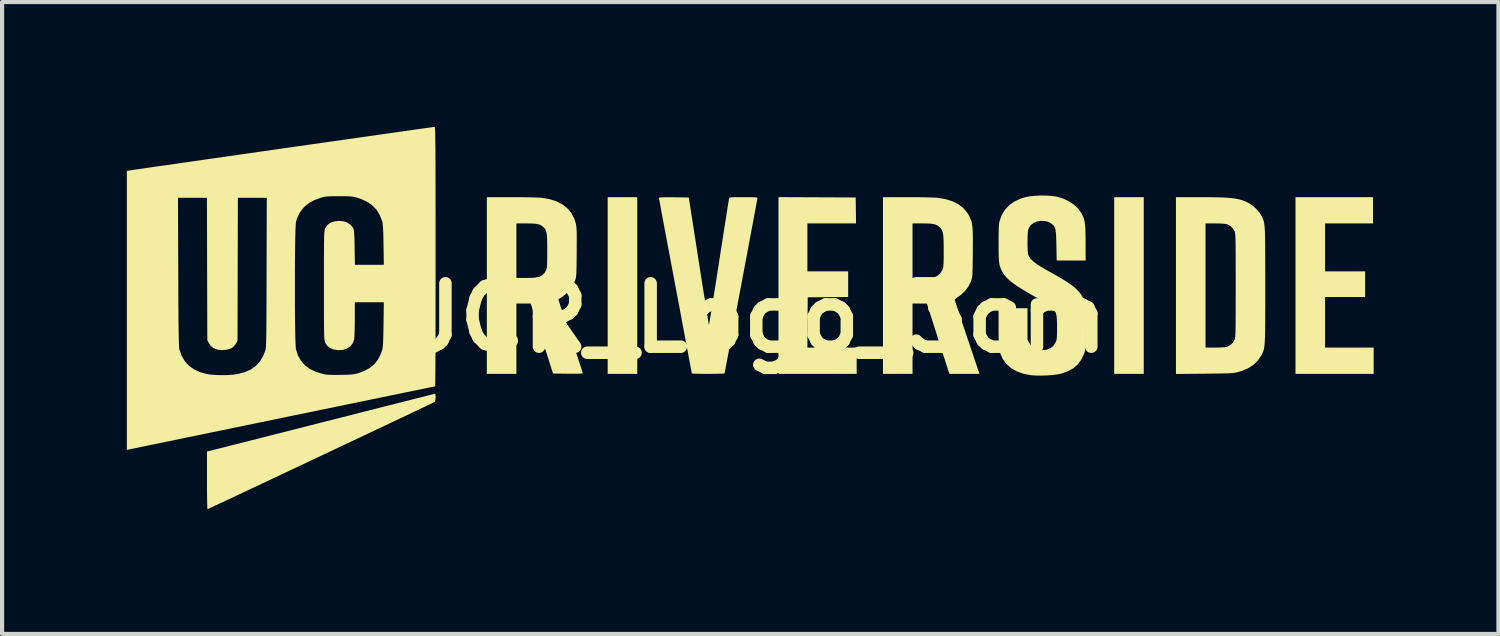
<source format=kicad_pcb>
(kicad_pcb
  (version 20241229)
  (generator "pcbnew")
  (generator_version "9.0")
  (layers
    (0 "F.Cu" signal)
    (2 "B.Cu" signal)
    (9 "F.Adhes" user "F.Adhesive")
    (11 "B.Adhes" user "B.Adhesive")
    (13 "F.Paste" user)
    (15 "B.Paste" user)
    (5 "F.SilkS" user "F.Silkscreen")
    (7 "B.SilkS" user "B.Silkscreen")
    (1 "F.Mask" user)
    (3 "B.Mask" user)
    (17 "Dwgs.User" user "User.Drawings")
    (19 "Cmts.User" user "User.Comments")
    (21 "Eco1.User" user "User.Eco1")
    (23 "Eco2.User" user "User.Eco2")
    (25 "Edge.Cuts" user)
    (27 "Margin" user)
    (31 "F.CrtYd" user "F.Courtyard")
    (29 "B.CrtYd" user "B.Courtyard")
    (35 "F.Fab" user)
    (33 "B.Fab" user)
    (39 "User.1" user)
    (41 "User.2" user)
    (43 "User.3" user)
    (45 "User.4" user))
  (footprint "UCR_Logo_3cm"
    (layer "F.Cu")
    (at 14.99 4.597)
    (property "Reference" "UCR_Logo_3cm" (at 0 0 0) (layer "F.SilkS") (effects (font (size 1.524 1.524) (thickness 0.3))))
    (attr board_only exclude_from_pos_files exclude_from_bom)
    (fp_poly (pts (xy -2.717 1.343) (xy -3.428 1.343) (xy -3.428 -2.906) (xy -2.717 -2.906)) (stroke (width 0) (type solid)) (fill yes) (layer "F.SilkS"))
    (fp_poly (pts (xy 9.462 1.343) (xy 8.751 1.343) (xy 8.751 -2.906) (xy 9.462 -2.906)) (stroke (width 0) (type solid)) (fill yes) (layer "F.SilkS"))
    (fp_poly (pts (xy 14.975 -2.275) (xy 13.822 -2.275) (xy 13.822 -1.122) (xy 14.785 -1.122) (xy 14.785 -0.505) (xy 13.822 -0.505) (xy 13.822 0.711) (xy 14.99 0.711) (xy 14.99 1.343) (xy 13.111 1.343) (xy 13.111 -2.906) (xy 14.975 -2.906)) (stroke (width 0) (type solid)) (fill yes) (layer "F.SilkS"))
    (fp_poly (pts (xy 1.607 -2.903) (xy 2.535 -2.899) (xy 2.54 -2.587) (xy 2.544 -2.275) (xy 1.374 -2.275) (xy 1.374 -1.122) (xy 2.354 -1.122) (xy 2.354 -0.506) (xy 1.868 -0.502) (xy 1.382 -0.498) (xy 1.378 0.107) (xy 1.374 0.711) (xy 2.559 0.711) (xy 2.559 1.343) (xy 0.679 1.343) (xy 0.679 -2.907)) (stroke (width 0) (type solid)) (fill yes) (layer "F.SilkS"))
    (fp_poly (pts (xy -7.57 1.835) (xy -7.567 1.869) (xy -7.566 1.909) (xy -7.57 1.97) (xy -7.579 2.008) (xy -7.586 2.017) (xy -7.603 2.025) (xy -7.647 2.047) (xy -7.716 2.08) (xy -7.808 2.124) (xy -7.922 2.178) (xy -8.056 2.241) (xy -8.208 2.314) (xy -8.377 2.394) (xy -8.561 2.481) (xy -8.758 2.574) (xy -8.966 2.672) (xy -9.185 2.776) (xy -9.411 2.883) (xy -9.644 2.993) (xy -9.882 3.105) (xy -10.122 3.218) (xy -10.364 3.333) (xy -10.606 3.447) (xy -10.846 3.56) (xy -11.082 3.671) (xy -11.312 3.78) (xy -11.536 3.885) (xy -11.751 3.987) (xy -11.955 4.083) (xy -12.147 4.173) (xy -12.325 4.257) (xy -12.488 4.334) (xy -12.634 4.402) (xy -12.76 4.461) (xy -12.866 4.511) (xy -12.95 4.55) (xy -13.009 4.578) (xy -13.043 4.593) (xy -13.051 4.597) (xy -13.054 4.581) (xy -13.056 4.538) (xy -13.058 4.469) (xy -13.06 4.378) (xy -13.061 4.268) (xy -13.063 4.143) (xy -13.063 4.005) (xy -13.063 3.904) (xy -13.063 3.21) (xy -12.957 3.184) (xy -12.917 3.174) (xy -12.85 3.157) (xy -12.758 3.134) (xy -12.643 3.105) (xy -12.506 3.07) (xy -12.349 3.03) (xy -12.174 2.986) (xy -11.984 2.938) (xy -11.779 2.886) (xy -11.563 2.831) (xy -11.336 2.773) (xy -11.101 2.714) (xy -10.86 2.653) (xy -10.614 2.59) (xy -10.366 2.527) (xy -10.117 2.464) (xy -9.87 2.401) (xy -9.625 2.339) (xy -9.386 2.278) (xy -9.153 2.219) (xy -8.929 2.162) (xy -8.717 2.108) (xy -8.516 2.058) (xy -8.331 2.01) (xy -8.161 1.967) (xy -8.011 1.929) (xy -7.88 1.896) (xy -7.771 1.868) (xy -7.687 1.847) (xy -7.629 1.832) (xy -7.598 1.824) (xy -7.594 1.823) (xy -7.579 1.822)) (stroke (width 0) (type solid)) (fill yes) (layer "F.SilkS"))
    (fp_poly (pts (xy 3.779 -2.906) (xy 3.919 -2.906) (xy 4.056 -2.905) (xy 4.183 -2.903) (xy 4.297 -2.9) (xy 4.394 -2.897) (xy 4.467 -2.894) (xy 4.51 -2.89) (xy 4.7 -2.858) (xy 4.866 -2.805) (xy 5.009 -2.733) (xy 5.127 -2.64) (xy 5.221 -2.528) (xy 5.256 -2.469) (xy 5.281 -2.421) (xy 5.301 -2.376) (xy 5.317 -2.33) (xy 5.33 -2.279) (xy 5.339 -2.219) (xy 5.346 -2.148) (xy 5.35 -2.062) (xy 5.352 -1.956) (xy 5.353 -1.828) (xy 5.352 -1.675) (xy 5.351 -1.573) (xy 5.35 -1.421) (xy 5.348 -1.297) (xy 5.347 -1.198) (xy 5.344 -1.12) (xy 5.342 -1.059) (xy 5.338 -1.012) (xy 5.333 -0.975) (xy 5.327 -0.945) (xy 5.32 -0.919) (xy 5.311 -0.892) (xy 5.309 -0.887) (xy 5.248 -0.763) (xy 5.163 -0.649) (xy 5.061 -0.553) (xy 5.023 -0.525) (xy 4.974 -0.492) (xy 4.936 -0.463) (xy 4.917 -0.446) (xy 4.916 -0.445) (xy 4.92 -0.428) (xy 4.934 -0.384) (xy 4.956 -0.315) (xy 4.985 -0.224) (xy 5.021 -0.114) (xy 5.063 0.012) (xy 5.11 0.153) (xy 5.161 0.305) (xy 5.212 0.455) (xy 5.512 1.343) (xy 4.789 1.343) (xy 4.733 1.173) (xy 4.715 1.118) (xy 4.689 1.038) (xy 4.657 0.937) (xy 4.62 0.82) (xy 4.579 0.692) (xy 4.535 0.557) (xy 4.494 0.426) (xy 4.452 0.293) (xy 4.411 0.165) (xy 4.373 0.047) (xy 4.34 -0.057) (xy 4.312 -0.144) (xy 4.292 -0.209) (xy 4.279 -0.248) (xy 4.279 -0.249) (xy 4.247 -0.348) (xy 3.902 -0.348) (xy 3.902 1.343) (xy 3.191 1.343) (xy 3.191 -2.275) (xy 3.902 -2.275) (xy 3.902 -0.964) (xy 4.135 -0.964) (xy 4.223 -0.965) (xy 4.304 -0.968) (xy 4.372 -0.973) (xy 4.418 -0.978) (xy 4.427 -0.98) (xy 4.504 -1.017) (xy 4.571 -1.078) (xy 4.619 -1.155) (xy 4.623 -1.166) (xy 4.633 -1.193) (xy 4.64 -1.225) (xy 4.645 -1.265) (xy 4.648 -1.318) (xy 4.65 -1.389) (xy 4.652 -1.482) (xy 4.652 -1.601) (xy 4.652 -1.619) (xy 4.651 -1.757) (xy 4.649 -1.868) (xy 4.644 -1.956) (xy 4.636 -2.024) (xy 4.623 -2.076) (xy 4.606 -2.118) (xy 4.583 -2.152) (xy 4.553 -2.183) (xy 4.541 -2.194) (xy 4.503 -2.223) (xy 4.462 -2.244) (xy 4.411 -2.259) (xy 4.347 -2.268) (xy 4.262 -2.273) (xy 4.151 -2.275) (xy 4.135 -2.275) (xy 3.902 -2.275) (xy 3.191 -2.275) (xy 3.191 -2.906)) (stroke (width 0) (type solid)) (fill yes) (layer "F.SilkS"))
    (fp_poly (pts (xy -5.746 -2.906) (xy -5.606 -2.906) (xy -5.469 -2.905) (xy -5.342 -2.903) (xy -5.228 -2.9) (xy -5.131 -2.897) (xy -5.058 -2.894) (xy -5.015 -2.89) (xy -4.825 -2.858) (xy -4.658 -2.805) (xy -4.515 -2.731) (xy -4.397 -2.638) (xy -4.302 -2.525) (xy -4.232 -2.392) (xy -4.193 -2.266) (xy -4.186 -2.233) (xy -4.181 -2.194) (xy -4.177 -2.147) (xy -4.174 -2.087) (xy -4.172 -2.012) (xy -4.172 -1.918) (xy -4.172 -1.8) (xy -4.173 -1.657) (xy -4.173 -1.573) (xy -4.175 -1.421) (xy -4.176 -1.297) (xy -4.178 -1.198) (xy -4.18 -1.12) (xy -4.183 -1.06) (xy -4.186 -1.014) (xy -4.191 -0.978) (xy -4.197 -0.95) (xy -4.204 -0.925) (xy -4.213 -0.9) (xy -4.216 -0.892) (xy -4.283 -0.755) (xy -4.366 -0.641) (xy -4.471 -0.546) (xy -4.553 -0.491) (xy -4.589 -0.467) (xy -4.61 -0.447) (xy -4.612 -0.442) (xy -4.608 -0.425) (xy -4.593 -0.381) (xy -4.571 -0.312) (xy -4.541 -0.222) (xy -4.504 -0.112) (xy -4.462 0.015) (xy -4.415 0.155) (xy -4.364 0.306) (xy -4.32 0.437) (xy -4.267 0.595) (xy -4.217 0.745) (xy -4.17 0.884) (xy -4.129 1.008) (xy -4.094 1.116) (xy -4.065 1.204) (xy -4.044 1.269) (xy -4.031 1.31) (xy -4.028 1.323) (xy -4.034 1.33) (xy -4.054 1.335) (xy -4.092 1.338) (xy -4.15 1.34) (xy -4.233 1.34) (xy -4.342 1.339) (xy -4.385 1.339) (xy -4.742 1.335) (xy -4.954 0.671) (xy -5.001 0.525) (xy -5.047 0.381) (xy -5.09 0.245) (xy -5.13 0.119) (xy -5.165 0.009) (xy -5.194 -0.081) (xy -5.215 -0.147) (xy -5.222 -0.17) (xy -5.278 -0.348) (xy -5.623 -0.348) (xy -5.623 1.343) (xy -6.334 1.343) (xy -6.334 -2.275) (xy -5.623 -2.275) (xy -5.623 -0.964) (xy -5.39 -0.964) (xy -5.302 -0.965) (xy -5.221 -0.968) (xy -5.154 -0.972) (xy -5.108 -0.978) (xy -5.099 -0.98) (xy -5.019 -1.017) (xy -4.952 -1.078) (xy -4.911 -1.145) (xy -4.902 -1.167) (xy -4.895 -1.194) (xy -4.89 -1.228) (xy -4.886 -1.274) (xy -4.884 -1.337) (xy -4.882 -1.42) (xy -4.882 -1.528) (xy -4.882 -1.619) (xy -4.882 -1.758) (xy -4.884 -1.869) (xy -4.887 -1.956) (xy -4.894 -2.023) (xy -4.904 -2.075) (xy -4.918 -2.115) (xy -4.937 -2.147) (xy -4.961 -2.174) (xy -4.99 -2.2) (xy -5.027 -2.227) (xy -5.069 -2.247) (xy -5.12 -2.26) (xy -5.187 -2.269) (xy -5.274 -2.273) (xy -5.388 -2.275) (xy -5.39 -2.275) (xy -5.623 -2.275) (xy -6.334 -2.275) (xy -6.334 -2.906)) (stroke (width 0) (type solid)) (fill yes) (layer "F.SilkS"))
    (fp_poly (pts (xy 10.816 -2.906) (xy 11.018 -2.906) (xy 11.191 -2.903) (xy 11.34 -2.899) (xy 11.466 -2.893) (xy 11.574 -2.883) (xy 11.667 -2.871) (xy 11.748 -2.855) (xy 11.821 -2.835) (xy 11.888 -2.811) (xy 11.953 -2.782) (xy 11.98 -2.769) (xy 12.063 -2.716) (xy 12.148 -2.642) (xy 12.224 -2.559) (xy 12.282 -2.475) (xy 12.287 -2.466) (xy 12.303 -2.436) (xy 12.317 -2.408) (xy 12.33 -2.38) (xy 12.341 -2.35) (xy 12.35 -2.316) (xy 12.358 -2.276) (xy 12.364 -2.227) (xy 12.369 -2.169) (xy 12.374 -2.098) (xy 12.377 -2.012) (xy 12.38 -1.91) (xy 12.381 -1.79) (xy 12.382 -1.648) (xy 12.383 -1.484) (xy 12.383 -1.295) (xy 12.384 -1.079) (xy 12.384 -0.834) (xy 12.384 -0.782) (xy 12.384 -0.531) (xy 12.384 -0.309) (xy 12.383 -0.115) (xy 12.383 0.054) (xy 12.382 0.2) (xy 12.38 0.324) (xy 12.378 0.43) (xy 12.374 0.519) (xy 12.37 0.592) (xy 12.365 0.653) (xy 12.359 0.704) (xy 12.351 0.745) (xy 12.342 0.78) (xy 12.332 0.811) (xy 12.319 0.84) (xy 12.305 0.868) (xy 12.289 0.898) (xy 12.285 0.906) (xy 12.203 1.026) (xy 12.096 1.128) (xy 11.964 1.212) (xy 11.808 1.276) (xy 11.735 1.297) (xy 11.701 1.306) (xy 11.667 1.313) (xy 11.631 1.319) (xy 11.588 1.323) (xy 11.536 1.327) (xy 11.47 1.33) (xy 11.388 1.332) (xy 11.287 1.334) (xy 11.162 1.336) (xy 11.011 1.338) (xy 10.919 1.339) (xy 10.236 1.345) (xy 10.236 -2.275) (xy 10.947 -2.275) (xy 10.947 0.711) (xy 11.172 0.711) (xy 11.258 0.71) (xy 11.339 0.706) (xy 11.405 0.702) (xy 11.449 0.696) (xy 11.456 0.694) (xy 11.535 0.657) (xy 11.602 0.596) (xy 11.644 0.53) (xy 11.649 0.517) (xy 11.653 0.501) (xy 11.657 0.481) (xy 11.661 0.454) (xy 11.664 0.417) (xy 11.666 0.37) (xy 11.668 0.309) (xy 11.669 0.233) (xy 11.671 0.139) (xy 11.671 0.025) (xy 11.672 -0.11) (xy 11.672 -0.27) (xy 11.672 -0.456) (xy 11.673 -0.671) (xy 11.673 -0.782) (xy 11.673 -1.01) (xy 11.672 -1.21) (xy 11.672 -1.381) (xy 11.672 -1.528) (xy 11.671 -1.652) (xy 11.67 -1.755) (xy 11.669 -1.839) (xy 11.667 -1.907) (xy 11.665 -1.96) (xy 11.662 -2.002) (xy 11.659 -2.033) (xy 11.655 -2.056) (xy 11.651 -2.074) (xy 11.646 -2.088) (xy 11.644 -2.094) (xy 11.594 -2.169) (xy 11.525 -2.227) (xy 11.456 -2.258) (xy 11.418 -2.264) (xy 11.357 -2.269) (xy 11.28 -2.273) (xy 11.194 -2.274) (xy 11.172 -2.275) (xy 10.947 -2.275) (xy 10.236 -2.275) (xy 10.236 -2.906)) (stroke (width 0) (type solid)) (fill yes) (layer "F.SilkS"))
    (fp_poly (pts (xy -0.045 -2.906) (xy 0.045 -2.904) (xy 0.109 -2.902) (xy 0.15 -2.898) (xy 0.17 -2.892) (xy 0.174 -2.887) (xy 0.171 -2.87) (xy 0.162 -2.823) (xy 0.149 -2.749) (xy 0.13 -2.649) (xy 0.107 -2.525) (xy 0.08 -2.38) (xy 0.049 -2.214) (xy 0.015 -2.03) (xy -0.023 -1.829) (xy -0.063 -1.614) (xy -0.106 -1.385) (xy -0.151 -1.146) (xy -0.198 -0.897) (xy -0.221 -0.774) (xy -0.269 -0.522) (xy -0.315 -0.278) (xy -0.359 -0.044) (xy -0.4 0.177) (xy -0.439 0.385) (xy -0.475 0.577) (xy -0.508 0.751) (xy -0.537 0.906) (xy -0.562 1.04) (xy -0.583 1.15) (xy -0.599 1.236) (xy -0.61 1.296) (xy -0.615 1.327) (xy -0.616 1.331) (xy -0.631 1.334) (xy -0.674 1.337) (xy -0.739 1.339) (xy -0.824 1.341) (xy -0.923 1.342) (xy -1.011 1.343) (xy -1.119 1.342) (xy -1.216 1.341) (xy -1.297 1.339) (xy -1.358 1.337) (xy -1.396 1.334) (xy -1.406 1.331) (xy -1.409 1.315) (xy -1.417 1.269) (xy -1.431 1.195) (xy -1.449 1.096) (xy -1.472 0.974) (xy -1.499 0.829) (xy -1.53 0.664) (xy -1.565 0.48) (xy -1.602 0.28) (xy -1.643 0.065) (xy -1.685 -0.163) (xy -1.73 -0.402) (xy -1.777 -0.65) (xy -1.801 -0.775) (xy -1.848 -1.027) (xy -1.894 -1.272) (xy -1.938 -1.506) (xy -1.98 -1.727) (xy -2.019 -1.936) (xy -2.055 -2.128) (xy -2.088 -2.303) (xy -2.117 -2.458) (xy -2.142 -2.593) (xy -2.162 -2.704) (xy -2.178 -2.791) (xy -2.189 -2.851) (xy -2.195 -2.883) (xy -2.196 -2.888) (xy -2.188 -2.894) (xy -2.162 -2.899) (xy -2.116 -2.902) (xy -2.047 -2.904) (xy -1.952 -2.904) (xy -1.837 -2.903) (xy -1.478 -2.899) (xy -1.24 -1.371) (xy -1.206 -1.155) (xy -1.174 -0.948) (xy -1.143 -0.753) (xy -1.114 -0.57) (xy -1.087 -0.403) (xy -1.063 -0.253) (xy -1.042 -0.123) (xy -1.025 -0.014) (xy -1.011 0.071) (xy -1.001 0.13) (xy -0.995 0.16) (xy -0.994 0.165) (xy -0.99 0.15) (xy -0.982 0.107) (xy -0.97 0.037) (xy -0.955 -0.058) (xy -0.935 -0.176) (xy -0.913 -0.315) (xy -0.888 -0.472) (xy -0.86 -0.645) (xy -0.83 -0.833) (xy -0.799 -1.033) (xy -0.766 -1.243) (xy -0.752 -1.332) (xy -0.719 -1.546) (xy -0.687 -1.753) (xy -0.656 -1.948) (xy -0.628 -2.131) (xy -0.601 -2.299) (xy -0.578 -2.449) (xy -0.557 -2.58) (xy -0.54 -2.69) (xy -0.526 -2.776) (xy -0.516 -2.835) (xy -0.511 -2.867) (xy -0.51 -2.871) (xy -0.507 -2.883) (xy -0.5 -2.891) (xy -0.486 -2.898) (xy -0.461 -2.902) (xy -0.42 -2.905) (xy -0.359 -2.906) (xy -0.276 -2.906) (xy -0.164 -2.906)) (stroke (width 0) (type solid)) (fill yes) (layer "F.SilkS"))
    (fp_poly (pts (xy 7.117 -2.944) (xy 7.244 -2.936) (xy 7.352 -2.922) (xy 7.377 -2.917) (xy 7.526 -2.872) (xy 7.664 -2.806) (xy 7.786 -2.724) (xy 7.887 -2.628) (xy 7.962 -2.522) (xy 7.965 -2.517) (xy 7.992 -2.464) (xy 8.014 -2.412) (xy 8.031 -2.358) (xy 8.043 -2.297) (xy 8.052 -2.224) (xy 8.058 -2.136) (xy 8.061 -2.027) (xy 8.063 -1.894) (xy 8.063 -1.809) (xy 8.064 -1.382) (xy 7.369 -1.382) (xy 7.361 -1.753) (xy 7.358 -1.881) (xy 7.354 -1.982) (xy 7.349 -2.059) (xy 7.341 -2.117) (xy 7.33 -2.162) (xy 7.315 -2.195) (xy 7.295 -2.223) (xy 7.268 -2.249) (xy 7.25 -2.264) (xy 7.176 -2.309) (xy 7.086 -2.333) (xy 6.991 -2.337) (xy 6.897 -2.322) (xy 6.813 -2.287) (xy 6.747 -2.235) (xy 6.746 -2.234) (xy 6.712 -2.186) (xy 6.686 -2.133) (xy 6.683 -2.121) (xy 6.676 -2.078) (xy 6.671 -2.011) (xy 6.668 -1.928) (xy 6.667 -1.836) (xy 6.667 -1.743) (xy 6.67 -1.656) (xy 6.675 -1.584) (xy 6.681 -1.533) (xy 6.683 -1.524) (xy 6.704 -1.475) (xy 6.739 -1.425) (xy 6.792 -1.372) (xy 6.865 -1.315) (xy 6.96 -1.251) (xy 7.081 -1.179) (xy 7.196 -1.114) (xy 7.363 -1.02) (xy 7.505 -0.937) (xy 7.623 -0.863) (xy 7.721 -0.795) (xy 7.801 -0.732) (xy 7.867 -0.671) (xy 7.921 -0.61) (xy 7.965 -0.547) (xy 7.981 -0.521) (xy 8.006 -0.477) (xy 8.025 -0.434) (xy 8.041 -0.388) (xy 8.052 -0.335) (xy 8.061 -0.272) (xy 8.066 -0.194) (xy 8.069 -0.099) (xy 8.07 0.019) (xy 8.069 0.162) (xy 8.068 0.258) (xy 8.066 0.399) (xy 8.065 0.513) (xy 8.062 0.603) (xy 8.06 0.672) (xy 8.056 0.726) (xy 8.052 0.767) (xy 8.046 0.8) (xy 8.038 0.828) (xy 8.029 0.856) (xy 8.027 0.86) (xy 7.962 0.998) (xy 7.877 1.113) (xy 7.77 1.207) (xy 7.641 1.28) (xy 7.486 1.335) (xy 7.454 1.343) (xy 7.37 1.359) (xy 7.263 1.371) (xy 7.143 1.38) (xy 7.018 1.384) (xy 6.899 1.384) (xy 6.793 1.379) (xy 6.737 1.373) (xy 6.557 1.337) (xy 6.4 1.279) (xy 6.267 1.202) (xy 6.157 1.104) (xy 6.072 0.987) (xy 6.012 0.85) (xy 5.989 0.761) (xy 5.983 0.719) (xy 5.979 0.648) (xy 5.975 0.552) (xy 5.972 0.435) (xy 5.971 0.3) (xy 5.971 0.22) (xy 5.971 -0.237) (xy 6.666 -0.237) (xy 6.666 0.516) (xy 6.709 0.601) (xy 6.766 0.681) (xy 6.843 0.736) (xy 6.939 0.767) (xy 7.021 0.774) (xy 7.131 0.761) (xy 7.222 0.724) (xy 7.294 0.662) (xy 7.333 0.601) (xy 7.349 0.569) (xy 7.36 0.541) (xy 7.368 0.51) (xy 7.373 0.471) (xy 7.375 0.418) (xy 7.377 0.345) (xy 7.377 0.247) (xy 7.377 0.237) (xy 7.376 0.114) (xy 7.372 0.018) (xy 7.364 -0.057) (xy 7.35 -0.116) (xy 7.331 -0.163) (xy 7.303 -0.204) (xy 7.267 -0.244) (xy 7.262 -0.249) (xy 7.227 -0.277) (xy 7.169 -0.317) (xy 7.092 -0.366) (xy 7 -0.423) (xy 6.897 -0.483) (xy 6.855 -0.506) (xy 6.687 -0.603) (xy 6.544 -0.689) (xy 6.425 -0.764) (xy 6.326 -0.833) (xy 6.245 -0.896) (xy 6.18 -0.955) (xy 6.127 -1.014) (xy 6.084 -1.073) (xy 6.049 -1.135) (xy 6.045 -1.144) (xy 6.024 -1.188) (xy 6.008 -1.231) (xy 5.995 -1.277) (xy 5.986 -1.331) (xy 5.979 -1.396) (xy 5.975 -1.476) (xy 5.973 -1.577) (xy 5.972 -1.702) (xy 5.971 -1.801) (xy 5.972 -1.942) (xy 5.973 -2.056) (xy 5.975 -2.145) (xy 5.979 -2.215) (xy 5.984 -2.269) (xy 5.991 -2.312) (xy 5.995 -2.331) (xy 6.048 -2.478) (xy 6.126 -2.606) (xy 6.229 -2.715) (xy 6.356 -2.804) (xy 6.507 -2.873) (xy 6.628 -2.909) (xy 6.729 -2.927) (xy 6.85 -2.939) (xy 6.983 -2.945)) (stroke (width 0) (type solid)) (fill yes) (layer "F.SilkS"))
    (fp_poly (pts (xy -7.586 -4.593) (xy -7.583 -4.582) (xy -7.581 -4.562) (xy -7.579 -4.531) (xy -7.577 -4.49) (xy -7.576 -4.435) (xy -7.574 -4.367) (xy -7.573 -4.283) (xy -7.572 -4.183) (xy -7.57 -4.066) (xy -7.57 -3.93) (xy -7.569 -3.774) (xy -7.568 -3.597) (xy -7.568 -3.397) (xy -7.567 -3.173) (xy -7.567 -2.925) (xy -7.567 -2.651) (xy -7.566 -2.349) (xy -7.566 -2.019) (xy -7.566 -1.658) (xy -7.566 -1.477) (xy -7.566 -1.165) (xy -7.566 -0.862) (xy -7.567 -0.57) (xy -7.567 -0.288) (xy -7.567 -0.02) (xy -7.568 0.234) (xy -7.568 0.472) (xy -7.569 0.692) (xy -7.57 0.893) (xy -7.57 1.074) (xy -7.571 1.232) (xy -7.572 1.367) (xy -7.573 1.477) (xy -7.574 1.56) (xy -7.574 1.615) (xy -7.575 1.641) (xy -7.576 1.643) (xy -7.592 1.646) (xy -7.638 1.655) (xy -7.711 1.67) (xy -7.812 1.691) (xy -7.938 1.717) (xy -8.089 1.748) (xy -8.262 1.783) (xy -8.456 1.823) (xy -8.67 1.867) (xy -8.903 1.915) (xy -9.154 1.967) (xy -9.42 2.022) (xy -9.7 2.079) (xy -9.994 2.14) (xy -10.299 2.203) (xy -10.615 2.268) (xy -10.94 2.335) (xy -11.15 2.378) (xy -11.481 2.447) (xy -11.806 2.514) (xy -12.122 2.579) (xy -12.428 2.642) (xy -12.723 2.703) (xy -13.004 2.761) (xy -13.272 2.816) (xy -13.523 2.868) (xy -13.757 2.917) (xy -13.973 2.961) (xy -14.169 3.001) (xy -14.343 3.037) (xy -14.494 3.069) (xy -14.621 3.095) (xy -14.722 3.116) (xy -14.795 3.131) (xy -14.84 3.14) (xy -14.852 3.142) (xy -14.99 3.171) (xy -14.99 -2.891) (xy -13.76 -2.891) (xy -13.754 -1.11) (xy -13.753 -0.818) (xy -13.752 -0.556) (xy -13.751 -0.323) (xy -13.749 -0.117) (xy -13.748 0.063) (xy -13.746 0.219) (xy -13.744 0.351) (xy -13.742 0.462) (xy -13.74 0.553) (xy -13.738 0.625) (xy -13.735 0.681) (xy -13.732 0.72) (xy -13.729 0.745) (xy -13.728 0.75) (xy -13.675 0.903) (xy -13.599 1.035) (xy -13.5 1.145) (xy -13.377 1.234) (xy -13.232 1.301) (xy -13.081 1.343) (xy -12.973 1.36) (xy -12.843 1.37) (xy -12.703 1.374) (xy -12.563 1.371) (xy -12.432 1.362) (xy -12.321 1.346) (xy -12.313 1.344) (xy -12.147 1.299) (xy -12.006 1.235) (xy -11.889 1.152) (xy -11.792 1.047) (xy -11.715 0.919) (xy -11.663 0.79) (xy -11.659 0.775) (xy -11.655 0.758) (xy -11.651 0.737) (xy -11.648 0.71) (xy -11.645 0.675) (xy -11.643 0.63) (xy -11.641 0.575) (xy -11.639 0.506) (xy -11.637 0.422) (xy -11.636 0.322) (xy -11.635 0.203) (xy -11.634 0.064) (xy -11.633 -0.097) (xy -11.632 -0.282) (xy -11.631 -0.492) (xy -11.631 -0.73) (xy -11.63 -0.824) (xy -10.949 -0.824) (xy -10.949 -0.628) (xy -10.949 -0.435) (xy -10.948 -0.246) (xy -10.946 -0.066) (xy -10.945 0.104) (xy -10.942 0.261) (xy -10.94 0.401) (xy -10.937 0.523) (xy -10.933 0.622) (xy -10.929 0.697) (xy -10.925 0.744) (xy -10.923 0.754) (xy -10.874 0.903) (xy -10.801 1.031) (xy -10.704 1.139) (xy -10.583 1.228) (xy -10.437 1.297) (xy -10.266 1.347) (xy -10.207 1.359) (xy -10.167 1.363) (xy -10.103 1.366) (xy -10.02 1.368) (xy -9.926 1.368) (xy -9.841 1.367) (xy -9.728 1.365) (xy -9.641 1.361) (xy -9.573 1.356) (xy -9.517 1.348) (xy -9.467 1.338) (xy -9.433 1.328) (xy -9.274 1.27) (xy -9.141 1.196) (xy -9.032 1.103) (xy -8.946 0.991) (xy -8.879 0.856) (xy -8.85 0.772) (xy -8.843 0.741) (xy -8.837 0.701) (xy -8.832 0.648) (xy -8.828 0.579) (xy -8.825 0.49) (xy -8.822 0.378) (xy -8.82 0.239) (xy -8.818 0.154) (xy -8.811 -0.379) (xy -9.509 -0.379) (xy -9.509 0.031) (xy -9.51 0.159) (xy -9.512 0.275) (xy -9.515 0.375) (xy -9.519 0.454) (xy -9.524 0.508) (xy -9.527 0.522) (xy -9.561 0.612) (xy -9.618 0.683) (xy -9.696 0.735) (xy -9.791 0.765) (xy -9.9 0.773) (xy -10.014 0.757) (xy -10.103 0.722) (xy -10.175 0.664) (xy -10.221 0.594) (xy -10.227 0.581) (xy -10.231 0.566) (xy -10.235 0.547) (xy -10.239 0.521) (xy -10.242 0.487) (xy -10.244 0.441) (xy -10.246 0.384) (xy -10.247 0.311) (xy -10.249 0.221) (xy -10.25 0.113) (xy -10.25 -0.017) (xy -10.251 -0.171) (xy -10.251 -0.349) (xy -10.251 -0.555) (xy -10.251 -0.782) (xy -10.251 -1.016) (xy -10.251 -1.221) (xy -10.251 -1.399) (xy -10.25 -1.551) (xy -10.249 -1.68) (xy -10.249 -1.788) (xy -10.247 -1.877) (xy -10.246 -1.95) (xy -10.244 -2.007) (xy -10.241 -2.052) (xy -10.239 -2.086) (xy -10.235 -2.111) (xy -10.231 -2.131) (xy -10.227 -2.146) (xy -10.221 -2.158) (xy -10.171 -2.233) (xy -10.098 -2.289) (xy -10.014 -2.321) (xy -9.897 -2.336) (xy -9.788 -2.327) (xy -9.692 -2.296) (xy -9.613 -2.244) (xy -9.555 -2.173) (xy -9.539 -2.14) (xy -9.531 -2.108) (xy -9.525 -2.049) (xy -9.52 -1.961) (xy -9.516 -1.845) (xy -9.513 -1.698) (xy -9.513 -1.686) (xy -9.506 -1.279) (xy -8.811 -1.279) (xy -8.818 -1.757) (xy -8.821 -1.902) (xy -8.823 -2.02) (xy -8.827 -2.113) (xy -8.831 -2.186) (xy -8.836 -2.243) (xy -8.842 -2.287) (xy -8.85 -2.323) (xy -8.852 -2.329) (xy -8.907 -2.475) (xy -8.984 -2.6) (xy -9.085 -2.706) (xy -9.21 -2.793) (xy -9.36 -2.862) (xy -9.457 -2.894) (xy -9.504 -2.907) (xy -9.549 -2.916) (xy -9.597 -2.923) (xy -9.656 -2.927) (xy -9.73 -2.929) (xy -9.827 -2.93) (xy -9.888 -2.93) (xy -9.999 -2.93) (xy -10.084 -2.928) (xy -10.15 -2.925) (xy -10.203 -2.92) (xy -10.249 -2.912) (xy -10.294 -2.902) (xy -10.322 -2.894) (xy -10.487 -2.833) (xy -10.626 -2.755) (xy -10.739 -2.657) (xy -10.829 -2.54) (xy -10.895 -2.404) (xy -10.922 -2.315) (xy -10.927 -2.281) (xy -10.931 -2.218) (xy -10.935 -2.13) (xy -10.938 -2.018) (xy -10.941 -1.886) (xy -10.943 -1.736) (xy -10.945 -1.572) (xy -10.947 -1.396) (xy -10.948 -1.21) (xy -10.949 -1.019) (xy -10.949 -0.824) (xy -11.63 -0.824) (xy -11.63 -0.997) (xy -11.63 -1.094) (xy -11.625 -2.891) (xy -12.32 -2.891) (xy -12.329 0.545) (xy -12.364 0.611) (xy -12.414 0.68) (xy -12.479 0.728) (xy -12.567 0.757) (xy -12.586 0.761) (xy -12.707 0.772) (xy -12.814 0.76) (xy -12.904 0.724) (xy -12.976 0.666) (xy -13.015 0.609) (xy -13.055 0.53) (xy -13.06 -1.18) (xy -13.064 -2.891) (xy -13.76 -2.891) (xy -14.99 -2.891) (xy -14.99 -3.536) (xy -14.947 -3.545) (xy -14.927 -3.548) (xy -14.877 -3.555) (xy -14.8 -3.567) (xy -14.696 -3.582) (xy -14.568 -3.6) (xy -14.417 -3.622) (xy -14.246 -3.647) (xy -14.054 -3.674) (xy -13.846 -3.704) (xy -13.62 -3.737) (xy -13.381 -3.771) (xy -13.129 -3.807) (xy -12.866 -3.845) (xy -12.593 -3.884) (xy -12.313 -3.924) (xy -12.027 -3.965) (xy -11.736 -4.007) (xy -11.443 -4.049) (xy -11.149 -4.091) (xy -10.855 -4.133) (xy -10.564 -4.174) (xy -10.277 -4.215) (xy -9.995 -4.255) (xy -9.721 -4.294) (xy -9.456 -4.332) (xy -9.202 -4.368) (xy -8.96 -4.403) (xy -8.732 -4.435) (xy -8.52 -4.465) (xy -8.325 -4.493) (xy -8.15 -4.518) (xy -7.995 -4.54) (xy -7.862 -4.559) (xy -7.754 -4.574) (xy -7.671 -4.585) (xy -7.616 -4.593) (xy -7.59 -4.596) (xy -7.588 -4.597)) (stroke (width 0) (type solid)) (fill yes) (layer "F.SilkS")))
  (gr_rect
    (start -3 -3)
    (end 32.981 12.193)
    (stroke (width 0.1) (type default))
    (fill no)
    (layer "Edge.Cuts")))
</source>
